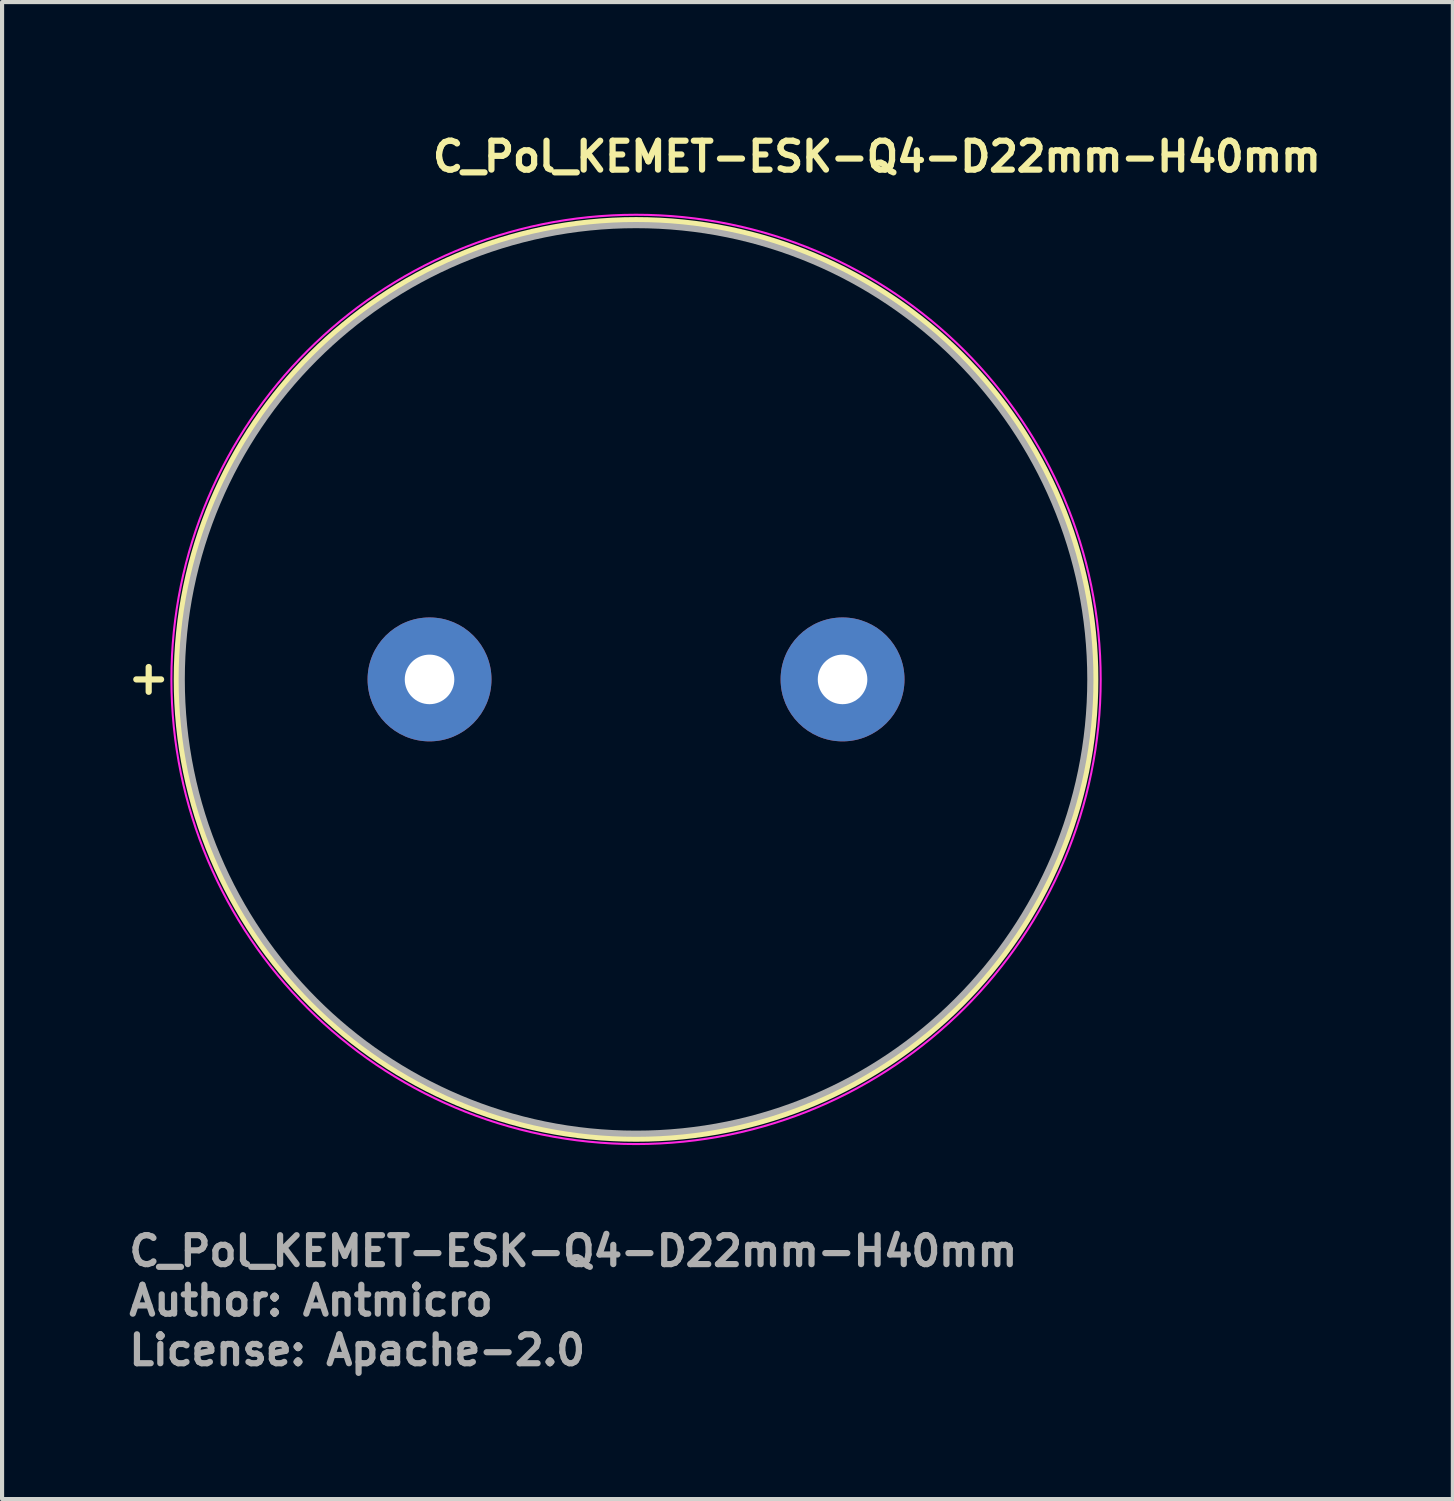
<source format=kicad_pcb>
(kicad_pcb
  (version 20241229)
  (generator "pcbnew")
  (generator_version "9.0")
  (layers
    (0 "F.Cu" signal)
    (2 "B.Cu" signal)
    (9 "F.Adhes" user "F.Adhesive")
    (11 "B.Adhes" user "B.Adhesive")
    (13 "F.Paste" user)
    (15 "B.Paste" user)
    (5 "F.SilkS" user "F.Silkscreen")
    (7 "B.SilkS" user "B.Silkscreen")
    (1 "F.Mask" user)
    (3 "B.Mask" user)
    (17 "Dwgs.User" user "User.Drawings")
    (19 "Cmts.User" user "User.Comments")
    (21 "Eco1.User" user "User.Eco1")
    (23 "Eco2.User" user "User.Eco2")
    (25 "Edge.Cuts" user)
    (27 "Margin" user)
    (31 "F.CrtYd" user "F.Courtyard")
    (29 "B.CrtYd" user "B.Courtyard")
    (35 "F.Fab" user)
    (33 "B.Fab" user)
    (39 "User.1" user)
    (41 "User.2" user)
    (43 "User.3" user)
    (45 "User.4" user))
  (footprint "C_Pol_KEMET-ESK-Q4-D22mm-H40mm"
    (layer "F.Cu")
    (at 7.35 13.4)
    (property "Reference" "C_Pol_KEMET-ESK-Q4-D22mm-H40mm" (at 0 -12.25 0) (layer "F.SilkS") (effects (font (size 0.7 0.7) (thickness 0.15)) (justify left bottom)))
    (attr through_hole)
    (fp_line (start -6.8 -0.3) (end -6.8 0.3) (stroke (width 0.15) (type solid)) (layer "F.SilkS"))
    (fp_line (start -6.5 0) (end -7.1 0) (stroke (width 0.15) (type solid)) (layer "F.SilkS"))
    (fp_circle (center 5 0) (end 16.119 0) (stroke (width 0.15) (type solid)) (fill no) (layer "F.SilkS"))
    (fp_circle (center 5 0) (end 16.25 0) (stroke (width 0.05) (type solid)) (fill no) (layer "F.CrtYd"))
    (fp_circle (center 5 0) (end 16 0) (stroke (width 0.15) (type solid)) (fill no) (layer "F.Fab"))
    (fp_circle (center 5 0) (end 16 0) (stroke (width 0.15) (type solid)) (fill no) (layer "User.5"))
    (fp_line (start -6 0) (end -5.989 -0.481) (stroke (width 0.02) (type solid)) (layer "User.9"))
    (fp_line (start -5.989 -0.481) (end -5.958 -0.958) (stroke (width 0.02) (type solid)) (layer "User.9"))
    (fp_line (start -5.989 0.481) (end -6 0) (stroke (width 0.02) (type solid)) (layer "User.9"))
    (fp_line (start -5.958 -0.958) (end -5.907 -1.43) (stroke (width 0.02) (type solid)) (layer "User.9"))
    (fp_line (start -5.958 0.958) (end -5.989 0.481) (stroke (width 0.02) (type solid)) (layer "User.9"))
    (fp_line (start -5.907 -1.43) (end -5.836 -1.896) (stroke (width 0.02) (type solid)) (layer "User.9"))
    (fp_line (start -5.907 1.43) (end -5.958 0.958) (stroke (width 0.02) (type solid)) (layer "User.9"))
    (fp_line (start -5.836 -1.896) (end -5.745 -2.356) (stroke (width 0.02) (type solid)) (layer "User.9"))
    (fp_line (start -5.836 1.896) (end -5.907 1.43) (stroke (width 0.02) (type solid)) (layer "User.9"))
    (fp_line (start -5.745 -2.356) (end -5.636 -2.81) (stroke (width 0.02) (type solid)) (layer "User.9"))
    (fp_line (start -5.745 2.356) (end -5.836 1.896) (stroke (width 0.02) (type solid)) (layer "User.9"))
    (fp_line (start -5.636 -2.81) (end -5.507 -3.257) (stroke (width 0.02) (type solid)) (layer "User.9"))
    (fp_line (start -5.636 2.81) (end -5.745 2.356) (stroke (width 0.02) (type solid)) (layer "User.9"))
    (fp_line (start -5.507 -3.257) (end -5.361 -3.696) (stroke (width 0.02) (type solid)) (layer "User.9"))
    (fp_line (start -5.507 3.257) (end -5.636 2.81) (stroke (width 0.02) (type solid)) (layer "User.9"))
    (fp_line (start -5.361 -3.696) (end -5.197 -4.128) (stroke (width 0.02) (type solid)) (layer "User.9"))
    (fp_line (start -5.361 3.696) (end -5.507 3.257) (stroke (width 0.02) (type solid)) (layer "User.9"))
    (fp_line (start -5.197 -4.128) (end -5.015 -4.551) (stroke (width 0.02) (type solid)) (layer "User.9"))
    (fp_line (start -5.197 4.128) (end -5.361 3.696) (stroke (width 0.02) (type solid)) (layer "User.9"))
    (fp_line (start -5.015 -4.551) (end -4.6 -5.37) (stroke (width 0.02) (type solid)) (layer "User.9"))
    (fp_line (start -5.015 4.551) (end -5.197 4.128) (stroke (width 0.02) (type solid)) (layer "User.9"))
    (fp_line (start -4.816 4.965) (end -5.015 4.551) (stroke (width 0.02) (type solid)) (layer "User.9"))
    (fp_line (start -4.6 -5.37) (end -4.12 -6.149) (stroke (width 0.02) (type solid)) (layer "User.9"))
    (fp_line (start -4.6 5.37) (end -4.816 4.965) (stroke (width 0.02) (type solid)) (layer "User.9"))
    (fp_line (start -4.5 0) (end -4.48 0.614) (stroke (width 0.02) (type solid)) (layer "User.9"))
    (fp_line (start -4.48 -0.614) (end -4.5 0) (stroke (width 0.02) (type solid)) (layer "User.9"))
    (fp_line (start -4.48 0.614) (end -4.42 1.227) (stroke (width 0.02) (type solid)) (layer "User.9"))
    (fp_line (start -4.42 -1.227) (end -4.48 -0.614) (stroke (width 0.02) (type solid)) (layer "User.9"))
    (fp_line (start -4.42 1.227) (end -4.321 1.836) (stroke (width 0.02) (type solid)) (layer "User.9"))
    (fp_line (start -4.368 5.765) (end -4.6 5.37) (stroke (width 0.02) (type solid)) (layer "User.9"))
    (fp_line (start -4.321 -1.836) (end -4.42 -1.227) (stroke (width 0.02) (type solid)) (layer "User.9"))
    (fp_line (start -4.321 1.836) (end -4.181 2.438) (stroke (width 0.02) (type solid)) (layer "User.9"))
    (fp_line (start -4.181 -2.438) (end -4.321 -1.836) (stroke (width 0.02) (type solid)) (layer "User.9"))
    (fp_line (start -4.181 2.438) (end -4.001 3.033) (stroke (width 0.02) (type solid)) (layer "User.9"))
    (fp_line (start -4.12 -6.149) (end -3.577 -6.885) (stroke (width 0.02) (type solid)) (layer "User.9"))
    (fp_line (start -4.12 6.149) (end -4.368 5.765) (stroke (width 0.02) (type solid)) (layer "User.9"))
    (fp_line (start -4.001 -3.033) (end -4.181 -2.438) (stroke (width 0.02) (type solid)) (layer "User.9"))
    (fp_line (start -4.001 3.033) (end -3.784 3.618) (stroke (width 0.02) (type solid)) (layer "User.9"))
    (fp_line (start -3.856 6.522) (end -4.12 6.149) (stroke (width 0.02) (type solid)) (layer "User.9"))
    (fp_line (start -3.784 -3.618) (end -4.001 -3.033) (stroke (width 0.02) (type solid)) (layer "User.9"))
    (fp_line (start -3.784 3.618) (end -3.525 4.191) (stroke (width 0.02) (type solid)) (layer "User.9"))
    (fp_line (start -3.577 -6.885) (end -2.977 -7.573) (stroke (width 0.02) (type solid)) (layer "User.9"))
    (fp_line (start -3.577 6.885) (end -3.856 6.522) (stroke (width 0.02) (type solid)) (layer "User.9"))
    (fp_line (start -3.525 -4.191) (end -3.784 -3.618) (stroke (width 0.02) (type solid)) (layer "User.9"))
    (fp_line (start -3.525 4.191) (end -3.227 4.75) (stroke (width 0.02) (type solid)) (layer "User.9"))
    (fp_line (start -3.285 7.235) (end -3.577 6.885) (stroke (width 0.02) (type solid)) (layer "User.9"))
    (fp_line (start -3.227 -4.75) (end -3.525 -4.191) (stroke (width 0.02) (type solid)) (layer "User.9"))
    (fp_line (start -3.227 -4.75) (end -3.227 -4.75) (stroke (width 0.02) (type solid)) (layer "User.9"))
    (fp_line (start -3.227 4.75) (end -3.227 4.75) (stroke (width 0.02) (type solid)) (layer "User.9"))
    (fp_line (start -3.227 4.75) (end -3.063 5.022) (stroke (width 0.02) (type solid)) (layer "User.9"))
    (fp_line (start -3.063 5.022) (end -2.892 5.287) (stroke (width 0.02) (type solid)) (layer "User.9"))
    (fp_line (start -2.977 -7.573) (end -2.32 -8.21) (stroke (width 0.02) (type solid)) (layer "User.9"))
    (fp_line (start -2.977 7.573) (end -3.285 7.235) (stroke (width 0.02) (type solid)) (layer "User.9"))
    (fp_line (start -2.892 -5.287) (end -3.227 -4.75) (stroke (width 0.02) (type solid)) (layer "User.9"))
    (fp_line (start -2.892 5.287) (end -2.711 5.546) (stroke (width 0.02) (type solid)) (layer "User.9"))
    (fp_line (start -2.711 5.546) (end -2.525 5.798) (stroke (width 0.02) (type solid)) (layer "User.9"))
    (fp_line (start -2.656 7.898) (end -2.977 7.573) (stroke (width 0.02) (type solid)) (layer "User.9"))
    (fp_line (start -2.525 -5.798) (end -2.892 -5.287) (stroke (width 0.02) (type solid)) (layer "User.9"))
    (fp_line (start -2.525 5.798) (end -2.33 6.042) (stroke (width 0.02) (type solid)) (layer "User.9"))
    (fp_line (start -2.33 6.042) (end -2.128 6.279) (stroke (width 0.02) (type solid)) (layer "User.9"))
    (fp_line (start -2.32 -8.21) (end -1.61 -8.792) (stroke (width 0.02) (type solid)) (layer "User.9"))
    (fp_line (start -2.32 8.21) (end -2.656 7.898) (stroke (width 0.02) (type solid)) (layer "User.9"))
    (fp_line (start -2.128 -6.279) (end -2.525 -5.798) (stroke (width 0.02) (type solid)) (layer "User.9"))
    (fp_line (start -2.128 6.279) (end -1.919 6.509) (stroke (width 0.02) (type solid)) (layer "User.9"))
    (fp_line (start -1.972 8.508) (end -2.32 8.21) (stroke (width 0.02) (type solid)) (layer "User.9"))
    (fp_line (start -1.919 6.509) (end -1.703 6.732) (stroke (width 0.02) (type solid)) (layer "User.9"))
    (fp_line (start -1.703 -6.732) (end -2.128 -6.279) (stroke (width 0.02) (type solid)) (layer "User.9"))
    (fp_line (start -1.703 6.732) (end -1.48 6.947) (stroke (width 0.02) (type solid)) (layer "User.9"))
    (fp_line (start -1.61 -8.792) (end -1.237 -9.061) (stroke (width 0.02) (type solid)) (layer "User.9"))
    (fp_line (start -1.61 8.792) (end -1.972 8.508) (stroke (width 0.02) (type solid)) (layer "User.9"))
    (fp_line (start -1.48 6.947) (end -1.25 7.154) (stroke (width 0.02) (type solid)) (layer "User.9"))
    (fp_line (start -1.25 -7.154) (end -1.703 -6.732) (stroke (width 0.02) (type solid)) (layer "User.9"))
    (fp_line (start -1.25 7.154) (end -1.015 7.353) (stroke (width 0.02) (type solid)) (layer "User.9"))
    (fp_line (start -1.237 -9.061) (end -0.851 -9.315) (stroke (width 0.02) (type solid)) (layer "User.9"))
    (fp_line (start -1.237 9.061) (end -1.61 8.792) (stroke (width 0.02) (type solid)) (layer "User.9"))
    (fp_line (start -1.015 7.353) (end -0.772 7.544) (stroke (width 0.02) (type solid)) (layer "User.9"))
    (fp_line (start -0.851 -9.315) (end -0.453 -9.553) (stroke (width 0.02) (type solid)) (layer "User.9"))
    (fp_line (start -0.851 9.315) (end -1.237 9.061) (stroke (width 0.02) (type solid)) (layer "User.9"))
    (fp_line (start -0.772 -7.544) (end -1.25 -7.154) (stroke (width 0.02) (type solid)) (layer "User.9"))
    (fp_line (start -0.772 7.544) (end -0.525 7.727) (stroke (width 0.02) (type solid)) (layer "User.9"))
    (fp_line (start -0.525 7.727) (end -0.272 7.902) (stroke (width 0.02) (type solid)) (layer "User.9"))
    (fp_line (start -0.453 -9.553) (end -0.046 -9.775) (stroke (width 0.02) (type solid)) (layer "User.9"))
    (fp_line (start -0.453 9.553) (end -0.851 9.315) (stroke (width 0.02) (type solid)) (layer "User.9"))
    (fp_line (start -0.272 -7.902) (end -0.772 -7.544) (stroke (width 0.02) (type solid)) (layer "User.9"))
    (fp_line (start -0.272 7.902) (end -0.012 8.069) (stroke (width 0.02) (type solid)) (layer "User.9"))
    (fp_line (start -0.046 -9.775) (end 0.373 -9.98) (stroke (width 0.02) (type solid)) (layer "User.9"))
    (fp_line (start -0.046 9.775) (end -0.453 9.553) (stroke (width 0.02) (type solid)) (layer "User.9"))
    (fp_line (start -0.012 8.069) (end 0.251 8.227) (stroke (width 0.02) (type solid)) (layer "User.9"))
    (fp_line (start 0.25 -8.227) (end -0.272 -7.902) (stroke (width 0.02) (type solid)) (layer "User.9"))
    (fp_line (start 0.251 8.227) (end 0.519 8.376) (stroke (width 0.02) (type solid)) (layer "User.9"))
    (fp_line (start 0.373 -9.98) (end 0.804 -10.168) (stroke (width 0.02) (type solid)) (layer "User.9"))
    (fp_line (start 0.373 9.98) (end -0.046 9.775) (stroke (width 0.02) (type solid)) (layer "User.9"))
    (fp_line (start 0.519 8.376) (end 0.793 8.517) (stroke (width 0.02) (type solid)) (layer "User.9"))
    (fp_line (start 0.793 -8.517) (end 0.25 -8.227) (stroke (width 0.02) (type solid)) (layer "User.9"))
    (fp_line (start 0.793 8.517) (end 1.07 8.649) (stroke (width 0.02) (type solid)) (layer "User.9"))
    (fp_line (start 0.804 -10.168) (end 1.242 -10.339) (stroke (width 0.02) (type solid)) (layer "User.9"))
    (fp_line (start 0.804 10.168) (end 0.373 9.98) (stroke (width 0.02) (type solid)) (layer "User.9"))
    (fp_line (start 1.07 8.649) (end 1.352 8.772) (stroke (width 0.02) (type solid)) (layer "User.9"))
    (fp_line (start 1.242 -10.339) (end 1.693 -10.491) (stroke (width 0.02) (type solid)) (layer "User.9"))
    (fp_line (start 1.242 10.339) (end 0.804 10.168) (stroke (width 0.02) (type solid)) (layer "User.9"))
    (fp_line (start 1.352 -8.772) (end 0.793 -8.517) (stroke (width 0.02) (type solid)) (layer "User.9"))
    (fp_line (start 1.352 8.772) (end 1.64 8.885) (stroke (width 0.02) (type solid)) (layer "User.9"))
    (fp_line (start 1.64 8.885) (end 1.929 8.99) (stroke (width 0.02) (type solid)) (layer "User.9"))
    (fp_line (start 1.693 -10.491) (end 2.152 -10.624) (stroke (width 0.02) (type solid)) (layer "User.9"))
    (fp_line (start 1.693 10.491) (end 1.242 10.339) (stroke (width 0.02) (type solid)) (layer "User.9"))
    (fp_line (start 1.929 -8.99) (end 1.352 -8.772) (stroke (width 0.02) (type solid)) (layer "User.9"))
    (fp_line (start 1.929 8.99) (end 2.223 9.085) (stroke (width 0.02) (type solid)) (layer "User.9"))
    (fp_line (start 2.152 -10.624) (end 2.62 -10.739) (stroke (width 0.02) (type solid)) (layer "User.9"))
    (fp_line (start 2.152 10.624) (end 1.693 10.491) (stroke (width 0.02) (type solid)) (layer "User.9"))
    (fp_line (start 2.223 9.085) (end 2.521 9.171) (stroke (width 0.02) (type solid)) (layer "User.9"))
    (fp_line (start 2.521 -9.171) (end 1.929 -8.99) (stroke (width 0.02) (type solid)) (layer "User.9"))
    (fp_line (start 2.521 9.171) (end 2.823 9.247) (stroke (width 0.02) (type solid)) (layer "User.9"))
    (fp_line (start 2.62 -10.739) (end 2.62 -10.739) (stroke (width 0.02) (type solid)) (layer "User.9"))
    (fp_line (start 2.62 -10.739) (end 3.091 -10.833) (stroke (width 0.02) (type solid)) (layer "User.9"))
    (fp_line (start 2.62 10.739) (end 2.152 10.624) (stroke (width 0.02) (type solid)) (layer "User.9"))
    (fp_line (start 2.62 10.739) (end 2.62 10.739) (stroke (width 0.02) (type solid)) (layer "User.9"))
    (fp_line (start 2.823 9.247) (end 3.126 9.313) (stroke (width 0.02) (type solid)) (layer "User.9"))
    (fp_line (start 3.091 -10.833) (end 3.564 -10.906) (stroke (width 0.02) (type solid)) (layer "User.9"))
    (fp_line (start 3.091 10.833) (end 2.62 10.739) (stroke (width 0.02) (type solid)) (layer "User.9"))
    (fp_line (start 3.126 -9.313) (end 2.521 -9.171) (stroke (width 0.02) (type solid)) (layer "User.9"))
    (fp_line (start 3.126 9.313) (end 3.432 9.369) (stroke (width 0.02) (type solid)) (layer "User.9"))
    (fp_line (start 3.432 9.369) (end 3.742 9.416) (stroke (width 0.02) (type solid)) (layer "User.9"))
    (fp_line (start 3.564 -10.906) (end 4.035 -10.958) (stroke (width 0.02) (type solid)) (layer "User.9"))
    (fp_line (start 3.564 10.906) (end 3.091 10.833) (stroke (width 0.02) (type solid)) (layer "User.9"))
    (fp_line (start 3.742 -9.416) (end 3.126 -9.313) (stroke (width 0.02) (type solid)) (layer "User.9"))
    (fp_line (start 3.742 9.416) (end 4.054 9.452) (stroke (width 0.02) (type solid)) (layer "User.9"))
    (fp_line (start 4.035 -10.958) (end 4.507 -10.989) (stroke (width 0.02) (type solid)) (layer "User.9"))
    (fp_line (start 4.035 10.958) (end 3.564 10.906) (stroke (width 0.02) (type solid)) (layer "User.9"))
    (fp_line (start 4.054 9.452) (end 4.367 9.478) (stroke (width 0.02) (type solid)) (layer "User.9"))
    (fp_line (start 4.367 -9.478) (end 3.742 -9.416) (stroke (width 0.02) (type solid)) (layer "User.9"))
    (fp_line (start 4.367 9.478) (end 4.683 9.494) (stroke (width 0.02) (type solid)) (layer "User.9"))
    (fp_line (start 4.507 -10.989) (end 5.442 -10.992) (stroke (width 0.02) (type solid)) (layer "User.9"))
    (fp_line (start 4.507 10.989) (end 4.035 10.958) (stroke (width 0.02) (type solid)) (layer "User.9"))
    (fp_line (start 4.683 9.494) (end 5 9.5) (stroke (width 0.02) (type solid)) (layer "User.9"))
    (fp_line (start 4.976 11.001) (end 4.507 10.989) (stroke (width 0.02) (type solid)) (layer "User.9"))
    (fp_line (start 5 -9.5) (end 4.367 -9.478) (stroke (width 0.02) (type solid)) (layer "User.9"))
    (fp_line (start 5 9.5) (end 5.687 9.475) (stroke (width 0.02) (type solid)) (layer "User.9"))
    (fp_line (start 5.345 -9.493) (end 5 -9.499) (stroke (width 0.02) (type solid)) (layer "User.9"))
    (fp_line (start 5.441 10.992) (end 4.976 11.001) (stroke (width 0.02) (type solid)) (layer "User.9"))
    (fp_line (start 5.442 -10.992) (end 6.365 -10.915) (stroke (width 0.02) (type solid)) (layer "User.9"))
    (fp_line (start 5.687 -9.475) (end 5.345 -9.493) (stroke (width 0.02) (type solid)) (layer "User.9"))
    (fp_line (start 5.687 9.475) (end 6.365 9.401) (stroke (width 0.02) (type solid)) (layer "User.9"))
    (fp_line (start 5.906 10.963) (end 5.441 10.992) (stroke (width 0.02) (type solid)) (layer "User.9"))
    (fp_line (start 6.028 -9.444) (end 5.687 -9.475) (stroke (width 0.02) (type solid)) (layer "User.9"))
    (fp_line (start 6.365 -10.915) (end 7.275 -10.762) (stroke (width 0.02) (type solid)) (layer "User.9"))
    (fp_line (start 6.365 -9.401) (end 6.028 -9.444) (stroke (width 0.02) (type solid)) (layer "User.9"))
    (fp_line (start 6.365 9.401) (end 7.031 9.28) (stroke (width 0.02) (type solid)) (layer "User.9"))
    (fp_line (start 6.365 10.915) (end 5.906 10.963) (stroke (width 0.02) (type solid)) (layer "User.9"))
    (fp_line (start 6.7 -9.346) (end 6.365 -9.401) (stroke (width 0.02) (type solid)) (layer "User.9"))
    (fp_line (start 6.823 10.848) (end 6.365 10.915) (stroke (width 0.02) (type solid)) (layer "User.9"))
    (fp_line (start 7.031 -9.28) (end 6.7 -9.346) (stroke (width 0.02) (type solid)) (layer "User.9"))
    (fp_line (start 7.031 9.28) (end 7.683 9.113) (stroke (width 0.02) (type solid)) (layer "User.9"))
    (fp_line (start 7.275 -10.762) (end 8.163 -10.535) (stroke (width 0.02) (type solid)) (layer "User.9"))
    (fp_line (start 7.275 10.762) (end 6.823 10.848) (stroke (width 0.02) (type solid)) (layer "User.9"))
    (fp_line (start 7.359 -9.202) (end 7.031 -9.28) (stroke (width 0.02) (type solid)) (layer "User.9"))
    (fp_line (start 7.683 -9.113) (end 7.359 -9.202) (stroke (width 0.02) (type solid)) (layer "User.9"))
    (fp_line (start 7.683 9.113) (end 8.318 8.901) (stroke (width 0.02) (type solid)) (layer "User.9"))
    (fp_line (start 7.723 10.658) (end 7.275 10.762) (stroke (width 0.02) (type solid)) (layer "User.9"))
    (fp_line (start 8.003 -9.013) (end 7.683 -9.113) (stroke (width 0.02) (type solid)) (layer "User.9"))
    (fp_line (start 8.163 -10.535) (end 9.029 -10.235) (stroke (width 0.02) (type solid)) (layer "User.9"))
    (fp_line (start 8.163 10.535) (end 7.723 10.658) (stroke (width 0.02) (type solid)) (layer "User.9"))
    (fp_line (start 8.318 -8.901) (end 8.003 -9.013) (stroke (width 0.02) (type solid)) (layer "User.9"))
    (fp_line (start 8.318 8.901) (end 8.935 8.646) (stroke (width 0.02) (type solid)) (layer "User.9"))
    (fp_line (start 8.6 10.394) (end 8.163 10.535) (stroke (width 0.02) (type solid)) (layer "User.9"))
    (fp_line (start 8.629 -8.779) (end 8.318 -8.901) (stroke (width 0.02) (type solid)) (layer "User.9"))
    (fp_line (start 8.935 -8.646) (end 8.629 -8.779) (stroke (width 0.02) (type solid)) (layer "User.9"))
    (fp_line (start 8.935 8.646) (end 9.53 8.349) (stroke (width 0.02) (type solid)) (layer "User.9"))
    (fp_line (start 9.029 -10.235) (end 9.865 -9.865) (stroke (width 0.02) (type solid)) (layer "User.9"))
    (fp_line (start 9.029 10.235) (end 8.6 10.394) (stroke (width 0.02) (type solid)) (layer "User.9"))
    (fp_line (start 9.235 -8.503) (end 8.935 -8.646) (stroke (width 0.02) (type solid)) (layer "User.9"))
    (fp_line (start 9.451 10.059) (end 9.029 10.235) (stroke (width 0.02) (type solid)) (layer "User.9"))
    (fp_line (start 9.53 -8.349) (end 9.235 -8.503) (stroke (width 0.02) (type solid)) (layer "User.9"))
    (fp_line (start 9.53 8.349) (end 10.103 8.012) (stroke (width 0.02) (type solid)) (layer "User.9"))
    (fp_line (start 9.82 -8.185) (end 9.53 -8.349) (stroke (width 0.02) (type solid)) (layer "User.9"))
    (fp_line (start 9.865 -9.865) (end 10.667 -9.427) (stroke (width 0.02) (type solid)) (layer "User.9"))
    (fp_line (start 9.865 9.865) (end 9.451 10.059) (stroke (width 0.02) (type solid)) (layer "User.9"))
    (fp_line (start 10.103 -8.012) (end 9.82 -8.185) (stroke (width 0.02) (type solid)) (layer "User.9"))
    (fp_line (start 10.103 8.012) (end 10.652 7.635) (stroke (width 0.02) (type solid)) (layer "User.9"))
    (fp_line (start 10.27 9.655) (end 9.865 9.865) (stroke (width 0.02) (type solid)) (layer "User.9"))
    (fp_line (start 10.381 -7.828) (end 10.103 -8.012) (stroke (width 0.02) (type solid)) (layer "User.9"))
    (fp_line (start 10.652 -7.635) (end 10.381 -7.828) (stroke (width 0.02) (type solid)) (layer "User.9"))
    (fp_line (start 10.652 7.635) (end 11.173 7.22) (stroke (width 0.02) (type solid)) (layer "User.9"))
    (fp_line (start 10.667 -9.427) (end 11.431 -8.924) (stroke (width 0.02) (type solid)) (layer "User.9"))
    (fp_line (start 10.667 9.427) (end 10.27 9.655) (stroke (width 0.02) (type solid)) (layer "User.9"))
    (fp_line (start 10.916 -7.432) (end 10.652 -7.635) (stroke (width 0.02) (type solid)) (layer "User.9"))
    (fp_line (start 11.054 9.184) (end 10.667 9.427) (stroke (width 0.02) (type solid)) (layer "User.9"))
    (fp_line (start 11.173 -7.22) (end 10.916 -7.432) (stroke (width 0.02) (type solid)) (layer "User.9"))
    (fp_line (start 11.173 7.22) (end 11.664 6.769) (stroke (width 0.02) (type solid)) (layer "User.9"))
    (fp_line (start 11.423 -6.999) (end 11.173 -7.22) (stroke (width 0.02) (type solid)) (layer "User.9"))
    (fp_line (start 11.431 -8.924) (end 12.153 -8.357) (stroke (width 0.02) (type solid)) (layer "User.9"))
    (fp_line (start 11.431 8.924) (end 11.054 9.184) (stroke (width 0.02) (type solid)) (layer "User.9"))
    (fp_line (start 11.664 -6.769) (end 11.423 -6.999) (stroke (width 0.02) (type solid)) (layer "User.9"))
    (fp_line (start 11.664 6.769) (end 12.125 6.283) (stroke (width 0.02) (type solid)) (layer "User.9"))
    (fp_line (start 11.797 8.648) (end 11.431 8.924) (stroke (width 0.02) (type solid)) (layer "User.9"))
    (fp_line (start 11.899 -6.53) (end 11.664 -6.769) (stroke (width 0.02) (type solid)) (layer "User.9"))
    (fp_line (start 12.125 -6.283) (end 11.899 -6.53) (stroke (width 0.02) (type solid)) (layer "User.9"))
    (fp_line (start 12.125 6.283) (end 12.552 5.763) (stroke (width 0.02) (type solid)) (layer "User.9"))
    (fp_line (start 12.153 -8.357) (end 12.828 -7.729) (stroke (width 0.02) (type solid)) (layer "User.9"))
    (fp_line (start 12.153 8.357) (end 11.797 8.648) (stroke (width 0.02) (type solid)) (layer "User.9"))
    (fp_line (start 12.343 -6.027) (end 12.125 -6.283) (stroke (width 0.02) (type solid)) (layer "User.9"))
    (fp_line (start 12.496 8.051) (end 12.153 8.357) (stroke (width 0.02) (type solid)) (layer "User.9"))
    (fp_line (start 12.552 -5.763) (end 12.343 -6.027) (stroke (width 0.02) (type solid)) (layer "User.9"))
    (fp_line (start 12.552 5.763) (end 12.943 5.211) (stroke (width 0.02) (type solid)) (layer "User.9"))
    (fp_line (start 12.751 -5.491) (end 12.552 -5.763) (stroke (width 0.02) (type solid)) (layer "User.9"))
    (fp_line (start 12.828 -7.729) (end 13.451 -7.042) (stroke (width 0.02) (type solid)) (layer "User.9"))
    (fp_line (start 12.828 7.729) (end 12.496 8.051) (stroke (width 0.02) (type solid)) (layer "User.9"))
    (fp_line (start 12.943 -5.211) (end 12.751 -5.491) (stroke (width 0.02) (type solid)) (layer "User.9"))
    (fp_line (start 12.943 5.211) (end 13.296 4.627) (stroke (width 0.02) (type solid)) (layer "User.9"))
    (fp_line (start 13.124 -4.923) (end 12.943 -5.211) (stroke (width 0.02) (type solid)) (layer "User.9"))
    (fp_line (start 13.146 7.393) (end 12.828 7.729) (stroke (width 0.02) (type solid)) (layer "User.9"))
    (fp_line (start 13.296 -4.627) (end 13.124 -4.923) (stroke (width 0.02) (type solid)) (layer "User.9"))
    (fp_line (start 13.296 4.627) (end 13.609 4.014) (stroke (width 0.02) (type solid)) (layer "User.9"))
    (fp_line (start 13.451 -7.042) (end 14.019 -6.298) (stroke (width 0.02) (type solid)) (layer "User.9"))
    (fp_line (start 13.451 7.042) (end 13.146 7.393) (stroke (width 0.02) (type solid)) (layer "User.9"))
    (fp_line (start 13.458 -4.325) (end 13.296 -4.627) (stroke (width 0.02) (type solid)) (layer "User.9"))
    (fp_line (start 13.609 -4.014) (end 13.458 -4.325) (stroke (width 0.02) (type solid)) (layer "User.9"))
    (fp_line (start 13.609 -4.014) (end 13.715 -3.777) (stroke (width 0.02) (type solid)) (layer "User.9"))
    (fp_line (start 13.715 -3.777) (end 13.816 -3.538) (stroke (width 0.02) (type solid)) (layer "User.9"))
    (fp_line (start 13.715 3.777) (end 13.609 4.014) (stroke (width 0.02) (type solid)) (layer "User.9"))
    (fp_line (start 13.742 6.677) (end 13.451 7.042) (stroke (width 0.02) (type solid)) (layer "User.9"))
    (fp_line (start 13.816 -3.538) (end 13.909 -3.296) (stroke (width 0.02) (type solid)) (layer "User.9"))
    (fp_line (start 13.816 3.538) (end 13.715 3.777) (stroke (width 0.02) (type solid)) (layer "User.9"))
    (fp_line (start 13.909 -3.296) (end 13.996 -3.052) (stroke (width 0.02) (type solid)) (layer "User.9"))
    (fp_line (start 13.909 3.296) (end 13.816 3.538) (stroke (width 0.02) (type solid)) (layer "User.9"))
    (fp_line (start 13.918 -4.158) (end 13.609 -4.014) (stroke (width 0.02) (type solid)) (layer "User.9"))
    (fp_line (start 13.918 -4.158) (end 13.918 -4.158) (stroke (width 0.02) (type solid)) (layer "User.9"))
    (fp_line (start 13.918 4.158) (end 13.609 4.014) (stroke (width 0.02) (type solid)) (layer "User.9"))
    (fp_line (start 13.918 4.158) (end 13.918 4.158) (stroke (width 0.02) (type solid)) (layer "User.9"))
    (fp_line (start 13.996 -3.052) (end 14.076 -2.805) (stroke (width 0.02) (type solid)) (layer "User.9"))
    (fp_line (start 13.996 3.052) (end 13.909 3.296) (stroke (width 0.02) (type solid)) (layer "User.9"))
    (fp_line (start 14.019 -6.298) (end 14.279 -5.905) (stroke (width 0.02) (type solid)) (layer "User.9"))
    (fp_line (start 14.019 6.298) (end 13.742 6.677) (stroke (width 0.02) (type solid)) (layer "User.9"))
    (fp_line (start 14.076 -2.805) (end 14.149 -2.557) (stroke (width 0.02) (type solid)) (layer "User.9"))
    (fp_line (start 14.076 2.805) (end 13.996 3.052) (stroke (width 0.02) (type solid)) (layer "User.9"))
    (fp_line (start 14.149 -2.557) (end 14.215 -2.307) (stroke (width 0.02) (type solid)) (layer "User.9"))
    (fp_line (start 14.149 2.557) (end 14.076 2.805) (stroke (width 0.02) (type solid)) (layer "User.9"))
    (fp_line (start 14.211 -4.295) (end 13.918 -4.158) (stroke (width 0.02) (type solid)) (layer "User.9"))
    (fp_line (start 14.211 -4.295) (end 14.211 -4.295) (stroke (width 0.02) (type solid)) (layer "User.9"))
    (fp_line (start 14.211 4.295) (end 13.918 4.158) (stroke (width 0.02) (type solid)) (layer "User.9"))
    (fp_line (start 14.211 4.295) (end 14.211 4.295) (stroke (width 0.02) (type solid)) (layer "User.9"))
    (fp_line (start 14.215 -2.307) (end 14.274 -2.056) (stroke (width 0.02) (type solid)) (layer "User.9"))
    (fp_line (start 14.215 2.307) (end 14.149 2.557) (stroke (width 0.02) (type solid)) (layer "User.9"))
    (fp_line (start 14.274 -2.056) (end 14.327 -1.803) (stroke (width 0.02) (type solid)) (layer "User.9"))
    (fp_line (start 14.274 2.056) (end 14.215 2.307) (stroke (width 0.02) (type solid)) (layer "User.9"))
    (fp_line (start 14.279 -5.905) (end 14.526 -5.499) (stroke (width 0.02) (type solid)) (layer "User.9"))
    (fp_line (start 14.279 5.905) (end 14.019 6.298) (stroke (width 0.02) (type solid)) (layer "User.9"))
    (fp_line (start 14.327 -1.803) (end 14.372 -1.548) (stroke (width 0.02) (type solid)) (layer "User.9"))
    (fp_line (start 14.327 1.802) (end 14.274 2.056) (stroke (width 0.02) (type solid)) (layer "User.9"))
    (fp_line (start 14.347 -4.358) (end 14.211 -4.295) (stroke (width 0.02) (type solid)) (layer "User.9"))
    (fp_line (start 14.347 -4.358) (end 14.347 -4.358) (stroke (width 0.02) (type solid)) (layer "User.9"))
    (fp_line (start 14.347 4.358) (end 14.211 4.295) (stroke (width 0.02) (type solid)) (layer "User.9"))
    (fp_line (start 14.347 4.358) (end 14.347 4.358) (stroke (width 0.02) (type solid)) (layer "User.9"))
    (fp_line (start 14.372 -1.548) (end 14.411 -1.292) (stroke (width 0.02) (type solid)) (layer "User.9"))
    (fp_line (start 14.372 1.548) (end 14.327 1.802) (stroke (width 0.02) (type solid)) (layer "User.9"))
    (fp_line (start 14.411 -1.292) (end 14.443 -1.035) (stroke (width 0.02) (type solid)) (layer "User.9"))
    (fp_line (start 14.411 1.292) (end 14.372 1.548) (stroke (width 0.02) (type solid)) (layer "User.9"))
    (fp_line (start 14.443 -1.035) (end 14.468 -0.777) (stroke (width 0.02) (type solid)) (layer "User.9"))
    (fp_line (start 14.443 1.035) (end 14.411 1.292) (stroke (width 0.02) (type solid)) (layer "User.9"))
    (fp_line (start 14.468 -0.777) (end 14.485 -0.519) (stroke (width 0.02) (type solid)) (layer "User.9"))
    (fp_line (start 14.468 0.777) (end 14.443 1.035) (stroke (width 0.02) (type solid)) (layer "User.9"))
    (fp_line (start 14.474 -4.418) (end 14.347 -4.358) (stroke (width 0.02) (type solid)) (layer "User.9"))
    (fp_line (start 14.474 -4.418) (end 14.474 -4.418) (stroke (width 0.02) (type solid)) (layer "User.9"))
    (fp_line (start 14.474 4.418) (end 14.347 4.358) (stroke (width 0.02) (type solid)) (layer "User.9"))
    (fp_line (start 14.474 4.418) (end 14.474 4.418) (stroke (width 0.02) (type solid)) (layer "User.9"))
    (fp_line (start 14.485 -0.519) (end 14.496 -0.259) (stroke (width 0.02) (type solid)) (layer "User.9"))
    (fp_line (start 14.485 0.519) (end 14.468 0.777) (stroke (width 0.02) (type solid)) (layer "User.9"))
    (fp_line (start 14.496 -0.259) (end 14.5 0) (stroke (width 0.02) (type solid)) (layer "User.9"))
    (fp_line (start 14.496 0.259) (end 14.485 0.519) (stroke (width 0.02) (type solid)) (layer "User.9"))
    (fp_line (start 14.5 0) (end 14.496 0.259) (stroke (width 0.02) (type solid)) (layer "User.9"))
    (fp_line (start 14.526 -5.499) (end 14.756 -5.08) (stroke (width 0.02) (type solid)) (layer "User.9"))
    (fp_line (start 14.526 5.499) (end 14.279 5.905) (stroke (width 0.02) (type solid)) (layer "User.9"))
    (fp_line (start 14.59 -4.472) (end 14.474 -4.418) (stroke (width 0.02) (type solid)) (layer "User.9"))
    (fp_line (start 14.59 -4.472) (end 14.59 -4.472) (stroke (width 0.02) (type solid)) (layer "User.9"))
    (fp_line (start 14.59 4.472) (end 14.474 4.418) (stroke (width 0.02) (type solid)) (layer "User.9"))
    (fp_line (start 14.59 4.472) (end 14.59 4.472) (stroke (width 0.02) (type solid)) (layer "User.9"))
    (fp_line (start 14.694 -4.52) (end 14.59 -4.472) (stroke (width 0.02) (type solid)) (layer "User.9"))
    (fp_line (start 14.694 -4.52) (end 14.694 -4.52) (stroke (width 0.02) (type solid)) (layer "User.9"))
    (fp_line (start 14.694 4.52) (end 14.59 4.472) (stroke (width 0.02) (type solid)) (layer "User.9"))
    (fp_line (start 14.694 4.52) (end 14.694 4.52) (stroke (width 0.02) (type solid)) (layer "User.9"))
    (fp_line (start 14.756 -5.08) (end 14.969 -4.648) (stroke (width 0.02) (type solid)) (layer "User.9"))
    (fp_line (start 14.756 5.08) (end 14.526 5.499) (stroke (width 0.02) (type solid)) (layer "User.9"))
    (fp_line (start 14.784 -4.562) (end 14.694 -4.52) (stroke (width 0.02) (type solid)) (layer "User.9"))
    (fp_line (start 14.784 -4.562) (end 14.784 -4.562) (stroke (width 0.02) (type solid)) (layer "User.9"))
    (fp_line (start 14.784 4.562) (end 14.694 4.52) (stroke (width 0.02) (type solid)) (layer "User.9"))
    (fp_line (start 14.784 4.562) (end 14.784 4.562) (stroke (width 0.02) (type solid)) (layer "User.9"))
    (fp_line (start 14.859 -4.597) (end 14.784 -4.562) (stroke (width 0.02) (type solid)) (layer "User.9"))
    (fp_line (start 14.859 -4.597) (end 14.859 -4.597) (stroke (width 0.02) (type solid)) (layer "User.9"))
    (fp_line (start 14.859 4.597) (end 14.784 4.562) (stroke (width 0.02) (type solid)) (layer "User.9"))
    (fp_line (start 14.859 4.597) (end 14.859 4.597) (stroke (width 0.02) (type solid)) (layer "User.9"))
    (fp_line (start 14.918 -4.625) (end 14.859 -4.597) (stroke (width 0.02) (type solid)) (layer "User.9"))
    (fp_line (start 14.918 -4.625) (end 14.918 -4.625) (stroke (width 0.02) (type solid)) (layer "User.9"))
    (fp_line (start 14.918 4.625) (end 14.859 4.597) (stroke (width 0.02) (type solid)) (layer "User.9"))
    (fp_line (start 14.918 4.625) (end 14.918 4.625) (stroke (width 0.02) (type solid)) (layer "User.9"))
    (fp_line (start 14.961 -4.645) (end 14.918 -4.625) (stroke (width 0.02) (type solid)) (layer "User.9"))
    (fp_line (start 14.961 -4.645) (end 14.961 -4.645) (stroke (width 0.02) (type solid)) (layer "User.9"))
    (fp_line (start 14.961 4.645) (end 14.918 4.625) (stroke (width 0.02) (type solid)) (layer "User.9"))
    (fp_line (start 14.961 4.645) (end 14.961 4.645) (stroke (width 0.02) (type solid)) (layer "User.9"))
    (fp_line (start 14.969 4.648) (end 14.756 5.08) (stroke (width 0.02) (type solid)) (layer "User.9"))
    (fp_line (start 14.987 -4.657) (end 14.961 -4.645) (stroke (width 0.02) (type solid)) (layer "User.9"))
    (fp_line (start 14.987 -4.657) (end 14.987 -4.657) (stroke (width 0.02) (type solid)) (layer "User.9"))
    (fp_line (start 14.987 4.657) (end 14.961 4.645) (stroke (width 0.02) (type solid)) (layer "User.9"))
    (fp_line (start 14.987 4.657) (end 14.987 4.657) (stroke (width 0.02) (type solid)) (layer "User.9"))
    (fp_line (start 14.996 -4.661) (end 14.987 -4.657) (stroke (width 0.02) (type solid)) (layer "User.9"))
    (fp_line (start 14.996 -4.661) (end 15.12 -4.386) (stroke (width 0.02) (type solid)) (layer "User.9"))
    (fp_line (start 14.996 4.661) (end 14.987 4.657) (stroke (width 0.02) (type solid)) (layer "User.9"))
    (fp_line (start 15.12 -4.386) (end 15.236 -4.108) (stroke (width 0.02) (type solid)) (layer "User.9"))
    (fp_line (start 15.12 4.386) (end 14.996 4.661) (stroke (width 0.02) (type solid)) (layer "User.9"))
    (fp_line (start 15.236 -4.108) (end 15.344 -3.827) (stroke (width 0.02) (type solid)) (layer "User.9"))
    (fp_line (start 15.236 4.108) (end 15.12 4.386) (stroke (width 0.02) (type solid)) (layer "User.9"))
    (fp_line (start 15.344 -3.827) (end 15.445 -3.543) (stroke (width 0.02) (type solid)) (layer "User.9"))
    (fp_line (start 15.344 3.827) (end 15.236 4.108) (stroke (width 0.02) (type solid)) (layer "User.9"))
    (fp_line (start 15.445 -3.543) (end 15.537 -3.257) (stroke (width 0.02) (type solid)) (layer "User.9"))
    (fp_line (start 15.445 3.543) (end 15.344 3.827) (stroke (width 0.02) (type solid)) (layer "User.9"))
    (fp_line (start 15.537 -3.257) (end 15.622 -2.969) (stroke (width 0.02) (type solid)) (layer "User.9"))
    (fp_line (start 15.537 3.257) (end 15.445 3.543) (stroke (width 0.02) (type solid)) (layer "User.9"))
    (fp_line (start 15.622 -2.969) (end 15.699 -2.679) (stroke (width 0.02) (type solid)) (layer "User.9"))
    (fp_line (start 15.622 2.969) (end 15.537 3.257) (stroke (width 0.02) (type solid)) (layer "User.9"))
    (fp_line (start 15.699 -2.679) (end 15.768 -2.387) (stroke (width 0.02) (type solid)) (layer "User.9"))
    (fp_line (start 15.699 2.679) (end 15.622 2.969) (stroke (width 0.02) (type solid)) (layer "User.9"))
    (fp_line (start 15.768 -2.387) (end 15.829 -2.093) (stroke (width 0.02) (type solid)) (layer "User.9"))
    (fp_line (start 15.768 2.387) (end 15.699 2.679) (stroke (width 0.02) (type solid)) (layer "User.9"))
    (fp_line (start 15.829 -2.093) (end 15.882 -1.797) (stroke (width 0.02) (type solid)) (layer "User.9"))
    (fp_line (start 15.829 2.093) (end 15.768 2.387) (stroke (width 0.02) (type solid)) (layer "User.9"))
    (fp_line (start 15.882 -1.797) (end 15.927 -1.5) (stroke (width 0.02) (type solid)) (layer "User.9"))
    (fp_line (start 15.882 1.797) (end 15.829 2.093) (stroke (width 0.02) (type solid)) (layer "User.9"))
    (fp_line (start 15.927 -1.5) (end 15.964 -1.202) (stroke (width 0.02) (type solid)) (layer "User.9"))
    (fp_line (start 15.927 1.5) (end 15.882 1.797) (stroke (width 0.02) (type solid)) (layer "User.9"))
    (fp_line (start 15.964 -1.202) (end 15.992 -0.903) (stroke (width 0.02) (type solid)) (layer "User.9"))
    (fp_line (start 15.964 1.202) (end 15.927 1.5) (stroke (width 0.02) (type solid)) (layer "User.9"))
    (fp_line (start 15.992 -0.903) (end 16.012 -0.602) (stroke (width 0.02) (type solid)) (layer "User.9"))
    (fp_line (start 15.992 0.903) (end 15.964 1.202) (stroke (width 0.02) (type solid)) (layer "User.9"))
    (fp_line (start 16.012 -0.602) (end 16.024 -0.301) (stroke (width 0.02) (type solid)) (layer "User.9"))
    (fp_line (start 16.012 0.602) (end 15.992 0.903) (stroke (width 0.02) (type solid)) (layer "User.9"))
    (fp_line (start 16.024 -0.301) (end 16.029 0) (stroke (width 0.02) (type solid)) (layer "User.9"))
    (fp_line (start 16.024 0.301) (end 16.012 0.602) (stroke (width 0.02) (type solid)) (layer "User.9"))
    (fp_line (start 16.03 0) (end 16.024 0.301) (stroke (width 0.02) (type solid)) (layer "User.9"))
    (fp_text user "License: Apache-2.0" (at -7.35 16.65 0) (layer "F.Fab") (effects (font (size 0.7 0.7) (thickness 0.15)) (justify left bottom)))
    (fp_text user "${REFERENCE}" (at -7.35 14.25 0) (layer "F.Fab") (effects (font (size 0.7 0.7) (thickness 0.15)) (justify left bottom)))
    (fp_text user "Author: Antmicro" (at -7.35 15.45 0) (layer "F.Fab") (effects (font (size 0.7 0.7) (thickness 0.15)) (justify left bottom)))
    (pad "1" thru_hole circle (at 0 0) (size 3 3) (drill 1.2) (layers "*.Cu" "*.Mask"))
    (pad "2" thru_hole circle (at 10 0) (size 3 3) (drill 1.2) (layers "*.Cu" "*.Mask")))
  (gr_rect
    (start -3 -3)
    (end 32.127 33.245)
    (stroke (width 0.1) (type default))
    (fill no)
    (layer "Edge.Cuts")))
</source>
